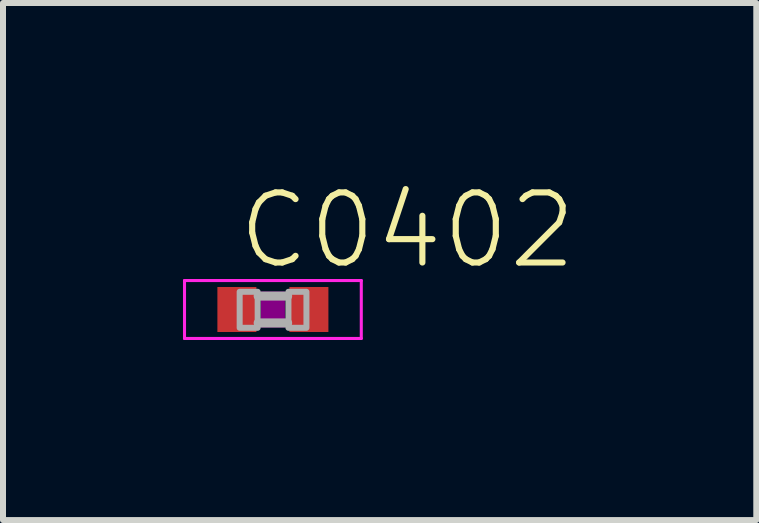
<source format=kicad_pcb>
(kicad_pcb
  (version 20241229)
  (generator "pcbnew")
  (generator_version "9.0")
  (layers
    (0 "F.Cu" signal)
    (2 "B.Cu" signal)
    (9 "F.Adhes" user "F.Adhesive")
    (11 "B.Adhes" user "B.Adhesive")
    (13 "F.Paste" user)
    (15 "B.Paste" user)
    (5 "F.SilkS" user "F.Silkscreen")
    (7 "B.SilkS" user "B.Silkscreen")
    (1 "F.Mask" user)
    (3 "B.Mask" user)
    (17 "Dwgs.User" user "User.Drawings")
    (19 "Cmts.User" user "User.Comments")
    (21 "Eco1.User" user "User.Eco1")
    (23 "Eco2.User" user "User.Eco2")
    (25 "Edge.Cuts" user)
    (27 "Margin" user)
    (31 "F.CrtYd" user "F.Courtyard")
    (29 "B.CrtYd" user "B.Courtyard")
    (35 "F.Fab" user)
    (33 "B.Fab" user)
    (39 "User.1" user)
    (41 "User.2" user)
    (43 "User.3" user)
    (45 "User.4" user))
  (footprint "C0402"
    (layer "F.Cu")
    (at 1.498 2.108)
    (property "Reference" "C0402" (at -0.635 -0.635 0) (unlocked yes) (layer "F.SilkS") (effects (font (size 1.168 1.168) (thickness 0.102)) (justify left bottom)))
    (fp_poly (pts (xy -0.2 0.3) (xy 0.2 0.3) (xy 0.2 -0.3) (xy -0.2 -0.3)) (stroke (width 0) (type default)) (fill yes) (layer "F.Adhes"))
    (fp_line (start -1.473 -0.483) (end 1.473 -0.483) (stroke (width 0.051) (type solid)) (layer "F.CrtYd"))
    (fp_line (start -1.473 0.483) (end -1.473 -0.483) (stroke (width 0.051) (type solid)) (layer "F.CrtYd"))
    (fp_line (start 1.473 -0.483) (end 1.473 0.483) (stroke (width 0.051) (type solid)) (layer "F.CrtYd"))
    (fp_line (start 1.473 0.483) (end -1.473 0.483) (stroke (width 0.051) (type solid)) (layer "F.CrtYd"))
    (fp_line (start -0.245 -0.224) (end 0.245 -0.224) (stroke (width 0.152) (type solid)) (layer "F.Fab"))
    (fp_line (start 0.245 0.224) (end -0.245 0.224) (stroke (width 0.152) (type solid)) (layer "F.Fab"))
    (fp_poly (pts (xy -0.554 0.305) (xy -0.254 0.305) (xy -0.254 -0.295) (xy -0.554 -0.295)) (stroke (width 0.1) (type default)) (fill no) (layer "F.Fab"))
    (fp_poly (pts (xy 0.259 0.305) (xy 0.559 0.305) (xy 0.559 -0.295) (xy 0.259 -0.295)) (stroke (width 0.1) (type default)) (fill no) (layer "F.Fab"))
    (pad "1" smd rect (at -0.6 0) (size 0.65 0.75) (layers "F.Cu" "F.Mask" "F.Paste"))
    (pad "2" smd rect (at 0.6 0) (size 0.65 0.75) (layers "F.Cu" "F.Mask" "F.Paste")))
  (gr_rect
    (start -3 -3)
    (end 9.554 5.617)
    (stroke (width 0.1) (type default))
    (fill no)
    (layer "Edge.Cuts")))
</source>
